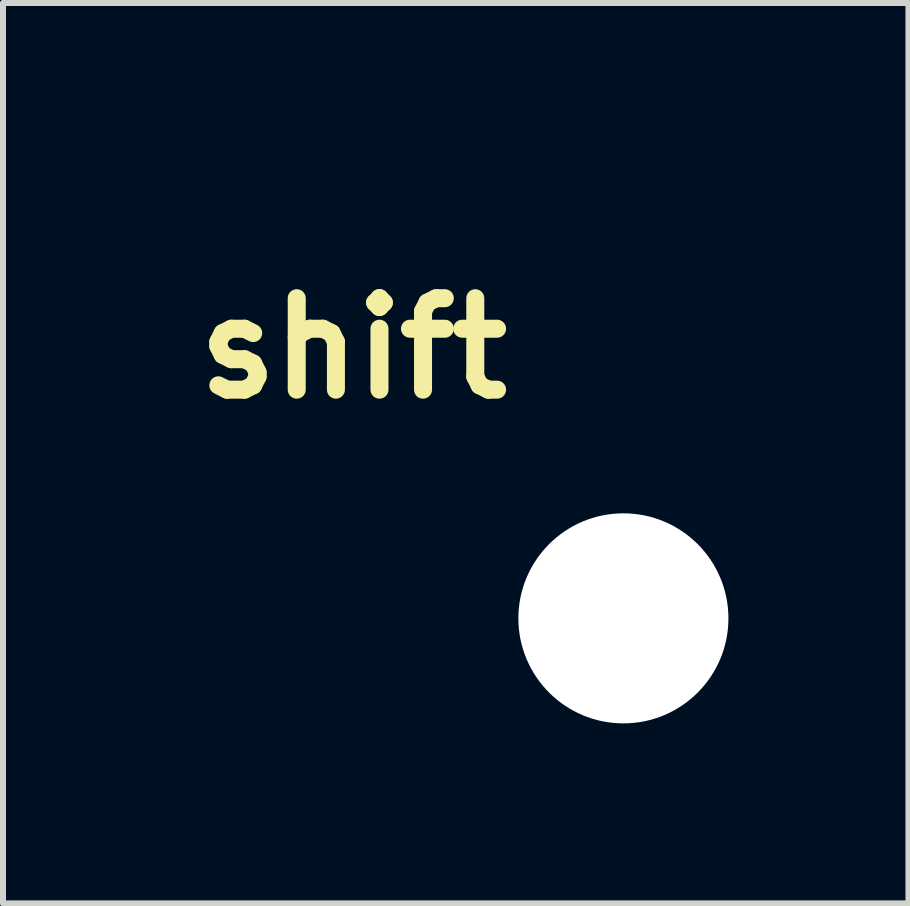
<source format=kicad_pcb>
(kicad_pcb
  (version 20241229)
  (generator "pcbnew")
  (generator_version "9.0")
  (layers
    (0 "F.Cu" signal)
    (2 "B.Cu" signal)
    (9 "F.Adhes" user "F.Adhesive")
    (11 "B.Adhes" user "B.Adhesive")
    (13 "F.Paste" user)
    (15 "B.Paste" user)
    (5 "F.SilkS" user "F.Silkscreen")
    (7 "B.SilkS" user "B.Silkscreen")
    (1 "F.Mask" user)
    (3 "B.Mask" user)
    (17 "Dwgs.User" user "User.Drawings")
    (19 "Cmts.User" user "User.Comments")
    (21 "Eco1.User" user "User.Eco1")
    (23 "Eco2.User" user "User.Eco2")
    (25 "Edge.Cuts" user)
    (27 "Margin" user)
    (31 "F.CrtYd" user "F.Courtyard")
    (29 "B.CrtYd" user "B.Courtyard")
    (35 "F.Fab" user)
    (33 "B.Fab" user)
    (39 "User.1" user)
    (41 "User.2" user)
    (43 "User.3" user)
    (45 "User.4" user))
  (footprint "shift"
    (layer "F.Cu")
    (at 7.338 7.254)
    (property "Reference" "shift" (at -4.5 -4.5 0) (layer "F.SilkS") (effects (font (size 1.524 1.524) (thickness 0.3))))
    (attr through_hole)
    (fp_poly (pts (xy -4.444 -7.238) (xy -4.391 -7.216) (xy -4.374 -7.205) (xy -4.366 -7.197) (xy -4.345 -7.178) (xy -4.314 -7.148) (xy -4.273 -7.108) (xy -4.221 -7.058) (xy -4.161 -7) (xy -4.091 -6.932) (xy -4.014 -6.857) (xy -3.929 -6.775) (xy -3.838 -6.685) (xy -3.739 -6.589) (xy -3.635 -6.488) (xy -3.526 -6.381) (xy -3.412 -6.27) (xy -3.294 -6.155) (xy -3.173 -6.036) (xy -3.061 -5.926) (xy -2.911 -5.779) (xy -2.773 -5.644) (xy -2.646 -5.52) (xy -2.529 -5.406) (xy -2.423 -5.302) (xy -2.327 -5.207) (xy -2.24 -5.122) (xy -2.161 -5.044) (xy -2.091 -4.975) (xy -2.029 -4.913) (xy -1.974 -4.858) (xy -1.927 -4.809) (xy -1.885 -4.767) (xy -1.85 -4.729) (xy -1.82 -4.697) (xy -1.796 -4.669) (xy -1.776 -4.645) (xy -1.76 -4.624) (xy -1.748 -4.606) (xy -1.739 -4.591) (xy -1.733 -4.578) (xy -1.729 -4.566) (xy -1.727 -4.555) (xy -1.726 -4.545) (xy -1.726 -4.534) (xy -1.727 -4.523) (xy -1.728 -4.511) (xy -1.728 -4.5) (xy -1.73 -4.457) (xy -1.734 -4.424) (xy -1.743 -4.396) (xy -1.746 -4.388) (xy -1.781 -4.333) (xy -1.827 -4.286) (xy -1.883 -4.251) (xy -1.887 -4.249) (xy -1.94 -4.225) (xy -2.547 -4.222) (xy -3.154 -4.22) (xy -3.156 -3.084) (xy -3.158 -1.948) (xy -3.179 -1.906) (xy -3.213 -1.854) (xy -3.259 -1.808) (xy -3.311 -1.774) (xy -3.353 -1.753) (xy -4.487 -1.752) (xy -4.65 -1.751) (xy -4.797 -1.751) (xy -4.929 -1.751) (xy -5.046 -1.751) (xy -5.15 -1.751) (xy -5.241 -1.751) (xy -5.32 -1.752) (xy -5.389 -1.752) (xy -5.447 -1.752) (xy -5.496 -1.753) (xy -5.537 -1.754) (xy -5.57 -1.755) (xy -5.597 -1.756) (xy -5.618 -1.757) (xy -5.634 -1.758) (xy -5.646 -1.76) (xy -5.654 -1.762) (xy -5.66 -1.763) (xy -5.716 -1.791) (xy -5.765 -1.829) (xy -5.795 -1.864) (xy -5.802 -1.874) (xy -5.809 -1.883) (xy -5.814 -1.891) (xy -5.82 -1.9) (xy -5.824 -1.911) (xy -5.828 -1.924) (xy -5.832 -1.941) (xy -5.835 -1.961) (xy -5.837 -1.987) (xy -5.839 -2.018) (xy -5.841 -2.056) (xy -5.842 -2.102) (xy -5.844 -2.156) (xy -5.844 -2.22) (xy -5.845 -2.294) (xy -5.845 -2.379) (xy -5.846 -2.476) (xy -5.846 -2.586) (xy -5.846 -2.71) (xy -5.846 -2.849) (xy -5.846 -3.003) (xy -5.846 -3.096) (xy -5.846 -4.22) (xy -6.453 -4.222) (xy -7.06 -4.225) (xy -7.108 -4.247) (xy -7.169 -4.284) (xy -7.218 -4.332) (xy -7.248 -4.38) (xy -7.261 -4.408) (xy -7.268 -4.433) (xy -7.271 -4.462) (xy -7.272 -4.5) (xy -7.271 -4.539) (xy -7.268 -4.568) (xy -7.26 -4.593) (xy -7.249 -4.618) (xy -7.245 -4.625) (xy -7.238 -4.635) (xy -7.227 -4.648) (xy -7.212 -4.665) (xy -7.193 -4.686) (xy -7.17 -4.711) (xy -7.14 -4.742) (xy -7.106 -4.778) (xy -7.1 -4.784) (xy -6.328 -4.784) (xy -5.511 -4.775) (xy -5.454 -4.747) (xy -5.397 -4.711) (xy -5.352 -4.664) (xy -5.319 -4.611) (xy -5.3 -4.572) (xy -5.298 -3.436) (xy -5.295 -2.299) (xy -3.705 -2.299) (xy -3.702 -3.436) (xy -3.7 -4.572) (xy -3.681 -4.611) (xy -3.644 -4.67) (xy -3.597 -4.716) (xy -3.546 -4.747) (xy -3.489 -4.775) (xy -2.682 -4.784) (xy -3.486 -5.571) (xy -3.586 -5.669) (xy -3.684 -5.765) (xy -3.78 -5.858) (xy -3.872 -5.949) (xy -3.96 -6.034) (xy -4.042 -6.115) (xy -4.119 -6.19) (xy -4.189 -6.258) (xy -4.251 -6.319) (xy -4.304 -6.371) (xy -4.348 -6.414) (xy -4.382 -6.447) (xy -4.405 -6.469) (xy -4.408 -6.471) (xy -4.527 -6.585) (xy -6.328 -4.784) (xy -7.1 -4.784) (xy -7.065 -4.82) (xy -7.017 -4.869) (xy -6.962 -4.925) (xy -6.9 -4.988) (xy -6.829 -5.059) (xy -6.751 -5.138) (xy -6.663 -5.226) (xy -6.566 -5.324) (xy -6.459 -5.431) (xy -6.342 -5.548) (xy -6.214 -5.676) (xy -6.075 -5.815) (xy -5.95 -5.94) (xy -5.804 -6.086) (xy -5.67 -6.22) (xy -5.547 -6.343) (xy -5.434 -6.455) (xy -5.331 -6.558) (xy -5.238 -6.651) (xy -5.154 -6.735) (xy -5.078 -6.81) (xy -5.01 -6.877) (xy -4.95 -6.936) (xy -4.897 -6.988) (xy -4.851 -7.034) (xy -4.81 -7.073) (xy -4.775 -7.107) (xy -4.746 -7.135) (xy -4.721 -7.159) (xy -4.699 -7.178) (xy -4.682 -7.193) (xy -4.668 -7.205) (xy -4.656 -7.215) (xy -4.647 -7.221) (xy -4.639 -7.226) (xy -4.632 -7.23) (xy -4.626 -7.232) (xy -4.625 -7.233) (xy -4.565 -7.247) (xy -4.503 -7.249) (xy -4.444 -7.238)) (stroke (width 0.01) (type solid)) (fill yes) (layer "F.Mask"))
    (fp_poly (pts (xy -4.444 -7.238) (xy -4.391 -7.216) (xy -4.374 -7.205) (xy -4.366 -7.197) (xy -4.345 -7.178) (xy -4.314 -7.148) (xy -4.273 -7.108) (xy -4.221 -7.058) (xy -4.161 -7) (xy -4.091 -6.932) (xy -4.014 -6.857) (xy -3.929 -6.775) (xy -3.838 -6.685) (xy -3.739 -6.589) (xy -3.635 -6.488) (xy -3.526 -6.381) (xy -3.412 -6.27) (xy -3.294 -6.155) (xy -3.173 -6.036) (xy -3.061 -5.926) (xy -2.911 -5.779) (xy -2.773 -5.644) (xy -2.646 -5.52) (xy -2.529 -5.406) (xy -2.423 -5.302) (xy -2.327 -5.207) (xy -2.24 -5.122) (xy -2.161 -5.044) (xy -2.091 -4.975) (xy -2.029 -4.913) (xy -1.974 -4.858) (xy -1.927 -4.809) (xy -1.885 -4.767) (xy -1.85 -4.729) (xy -1.82 -4.697) (xy -1.796 -4.669) (xy -1.776 -4.645) (xy -1.76 -4.624) (xy -1.748 -4.606) (xy -1.739 -4.591) (xy -1.733 -4.578) (xy -1.729 -4.566) (xy -1.727 -4.555) (xy -1.726 -4.545) (xy -1.726 -4.534) (xy -1.727 -4.523) (xy -1.728 -4.511) (xy -1.728 -4.5) (xy -1.73 -4.457) (xy -1.734 -4.424) (xy -1.743 -4.396) (xy -1.746 -4.388) (xy -1.781 -4.333) (xy -1.827 -4.286) (xy -1.883 -4.251) (xy -1.887 -4.249) (xy -1.94 -4.225) (xy -2.547 -4.222) (xy -3.154 -4.22) (xy -3.156 -3.084) (xy -3.158 -1.948) (xy -3.179 -1.906) (xy -3.213 -1.854) (xy -3.259 -1.808) (xy -3.311 -1.774) (xy -3.353 -1.753) (xy -4.487 -1.752) (xy -4.65 -1.751) (xy -4.797 -1.751) (xy -4.929 -1.751) (xy -5.046 -1.751) (xy -5.15 -1.751) (xy -5.241 -1.751) (xy -5.32 -1.752) (xy -5.389 -1.752) (xy -5.447 -1.752) (xy -5.496 -1.753) (xy -5.537 -1.754) (xy -5.57 -1.755) (xy -5.597 -1.756) (xy -5.618 -1.757) (xy -5.634 -1.758) (xy -5.646 -1.76) (xy -5.654 -1.762) (xy -5.66 -1.763) (xy -5.716 -1.791) (xy -5.765 -1.829) (xy -5.795 -1.864) (xy -5.802 -1.874) (xy -5.809 -1.883) (xy -5.814 -1.891) (xy -5.82 -1.9) (xy -5.824 -1.911) (xy -5.828 -1.924) (xy -5.832 -1.941) (xy -5.835 -1.961) (xy -5.837 -1.987) (xy -5.839 -2.018) (xy -5.841 -2.056) (xy -5.842 -2.102) (xy -5.844 -2.156) (xy -5.844 -2.22) (xy -5.845 -2.294) (xy -5.845 -2.379) (xy -5.846 -2.476) (xy -5.846 -2.586) (xy -5.846 -2.71) (xy -5.846 -2.849) (xy -5.846 -3.003) (xy -5.846 -3.096) (xy -5.846 -4.22) (xy -6.453 -4.222) (xy -7.06 -4.225) (xy -7.108 -4.247) (xy -7.169 -4.284) (xy -7.218 -4.332) (xy -7.248 -4.38) (xy -7.261 -4.408) (xy -7.268 -4.433) (xy -7.271 -4.462) (xy -7.272 -4.5) (xy -7.271 -4.539) (xy -7.268 -4.568) (xy -7.26 -4.593) (xy -7.249 -4.618) (xy -7.245 -4.625) (xy -7.238 -4.635) (xy -7.227 -4.648) (xy -7.212 -4.665) (xy -7.193 -4.686) (xy -7.17 -4.711) (xy -7.14 -4.742) (xy -7.106 -4.778) (xy -7.1 -4.784) (xy -6.328 -4.784) (xy -5.511 -4.775) (xy -5.454 -4.747) (xy -5.397 -4.711) (xy -5.352 -4.664) (xy -5.319 -4.611) (xy -5.3 -4.572) (xy -5.298 -3.436) (xy -5.295 -2.299) (xy -3.705 -2.299) (xy -3.702 -3.436) (xy -3.7 -4.572) (xy -3.681 -4.611) (xy -3.644 -4.67) (xy -3.597 -4.716) (xy -3.546 -4.747) (xy -3.489 -4.775) (xy -2.682 -4.784) (xy -3.486 -5.571) (xy -3.586 -5.669) (xy -3.684 -5.765) (xy -3.78 -5.858) (xy -3.872 -5.949) (xy -3.96 -6.034) (xy -4.042 -6.115) (xy -4.119 -6.19) (xy -4.189 -6.258) (xy -4.251 -6.319) (xy -4.304 -6.371) (xy -4.348 -6.414) (xy -4.382 -6.447) (xy -4.405 -6.469) (xy -4.408 -6.471) (xy -4.527 -6.585) (xy -6.328 -4.784) (xy -7.1 -4.784) (xy -7.065 -4.82) (xy -7.017 -4.869) (xy -6.962 -4.925) (xy -6.9 -4.988) (xy -6.829 -5.059) (xy -6.751 -5.138) (xy -6.663 -5.226) (xy -6.566 -5.324) (xy -6.459 -5.431) (xy -6.342 -5.548) (xy -6.214 -5.676) (xy -6.075 -5.815) (xy -5.95 -5.94) (xy -5.804 -6.086) (xy -5.67 -6.22) (xy -5.547 -6.343) (xy -5.434 -6.455) (xy -5.331 -6.558) (xy -5.238 -6.651) (xy -5.154 -6.735) (xy -5.078 -6.81) (xy -5.01 -6.877) (xy -4.95 -6.936) (xy -4.897 -6.988) (xy -4.851 -7.034) (xy -4.81 -7.073) (xy -4.775 -7.107) (xy -4.746 -7.135) (xy -4.721 -7.159) (xy -4.699 -7.178) (xy -4.682 -7.193) (xy -4.668 -7.205) (xy -4.656 -7.215) (xy -4.647 -7.221) (xy -4.639 -7.226) (xy -4.632 -7.23) (xy -4.626 -7.232) (xy -4.625 -7.233) (xy -4.565 -7.247) (xy -4.503 -7.249) (xy -4.444 -7.238)) (stroke (width 0.01) (type solid)) (fill yes) (layer "B.Mask"))
    (pad "" np_thru_hole circle (at 0 0) (size 3.5 3.5) (drill 3.5) (layers "*.Cu" "*.Mask")))
  (gr_rect
    (start -3 -3)
    (end 12.088 12.004)
    (stroke (width 0.1) (type default))
    (fill no)
    (layer "Edge.Cuts")))
</source>
